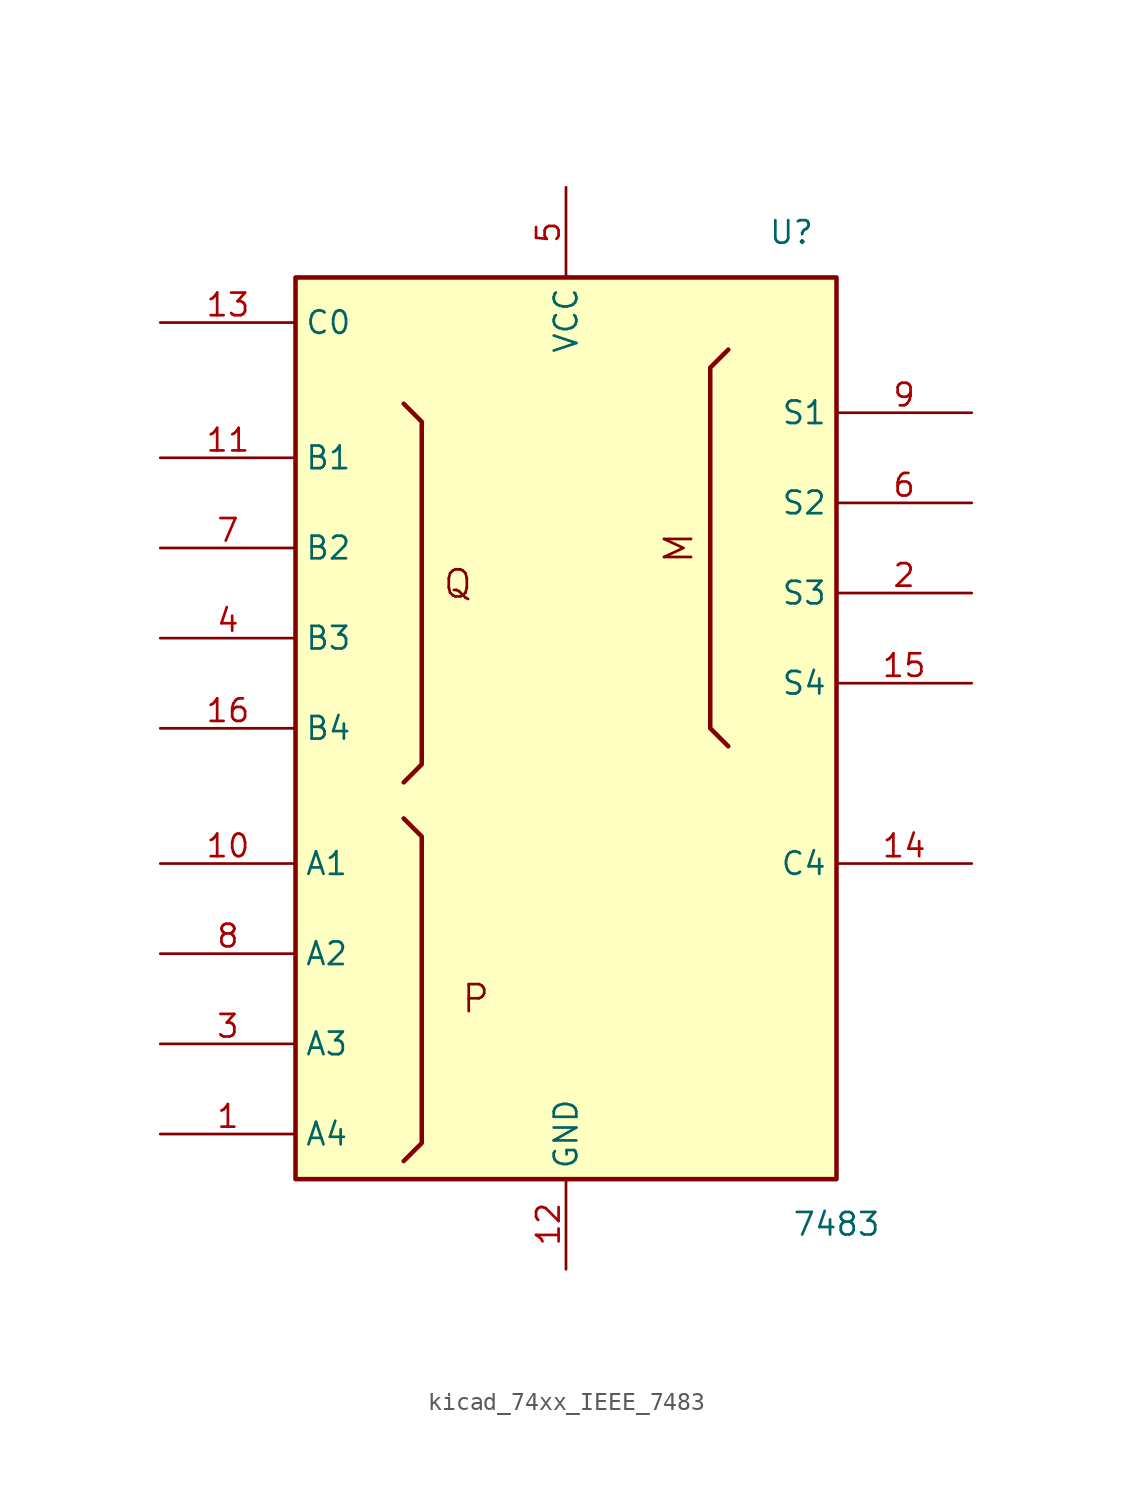
<source format=kicad_sym>
(kicad_symbol_lib
  (version 20220914)
  (generator kicad_symbol_editor)
  (symbol "kicad_74xx_IEEE_7483"
    (property "Reference" "U"
      (at 12.7 27.94 0)
      (effects (font (size 1.27 1.27))))
    (property "Value" "7483"
      (at 15.24 -27.94 0)
      (effects (font (size 1.27 1.27))))
    (symbol "kicad_74xx_IEEE_7483_0_0"
      (rectangle (start -15.24 25.4) (end 15.24 -25.4) (stroke (width 0.254) (type default)) (fill (type background)))
      (polyline (pts (xy -9.144 -24.384) (xy -8.128 -23.368) (xy -8.128 -6.096) (xy -9.144 -5.08) (xy -9.144 -5.08)) (stroke (width 0.254) (type default)) (fill (type background)))
      (polyline (pts (xy -9.144 18.288) (xy -8.128 17.272) (xy -8.128 -2.032) (xy -9.144 -3.048) (xy -9.144 -3.048)) (stroke (width 0.254) (type default)) (fill (type background)))
      (polyline (pts (xy 9.144 21.336) (xy 8.128 20.32) (xy 8.128 0) (xy 9.144 -1.016) (xy 9.144 -1.016)) (stroke (width 0.254) (type default)) (fill (type background)))
      (text "M" (at 6.35 10.16 900) (effects (font (size 1.524 1.524))))
      (text "P" (at -5.08 -15.24 0) (effects (font (size 1.524 1.524))))
      (text "Q" (at -6.096 8.128 0) (effects (font (size 1.524 1.524))))
      (pin power_in line (at 0 -30.48 90) (length 5.08) (name "GND" (effects (font (size 1.27 1.27)))) (number "12" (effects (font (size 1.27 1.27)))))
      (pin power_in line (at 0 30.48 270) (length 5.08) (name "VCC" (effects (font (size 1.27 1.27)))) (number "5" (effects (font (size 1.27 1.27))))))
    (symbol "kicad_74xx_IEEE_7483_1_1"
      (pin input line (at -22.86 -22.86 0) (length 7.62) (name "A4" (effects (font (size 1.27 1.27)))) (number "1" (effects (font (size 1.27 1.27)))))
      (pin input line (at -22.86 -7.62 0) (length 7.62) (name "A1" (effects (font (size 1.27 1.27)))) (number "10" (effects (font (size 1.27 1.27)))))
      (pin input line (at -22.86 15.24 0) (length 7.62) (name "B1" (effects (font (size 1.27 1.27)))) (number "11" (effects (font (size 1.27 1.27)))))
      (pin input line (at -22.86 22.86 0) (length 7.62) (name "C0" (effects (font (size 1.27 1.27)))) (number "13" (effects (font (size 1.27 1.27)))))
      (pin output line (at 22.86 -7.62 180) (length 7.62) (name "C4" (effects (font (size 1.27 1.27)))) (number "14" (effects (font (size 1.27 1.27)))))
      (pin output line (at 22.86 2.54 180) (length 7.62) (name "S4" (effects (font (size 1.27 1.27)))) (number "15" (effects (font (size 1.27 1.27)))))
      (pin input line (at -22.86 0 0) (length 7.62) (name "B4" (effects (font (size 1.27 1.27)))) (number "16" (effects (font (size 1.27 1.27)))))
      (pin output line (at 22.86 7.62 180) (length 7.62) (name "S3" (effects (font (size 1.27 1.27)))) (number "2" (effects (font (size 1.27 1.27)))))
      (pin input line (at -22.86 -17.78 0) (length 7.62) (name "A3" (effects (font (size 1.27 1.27)))) (number "3" (effects (font (size 1.27 1.27)))))
      (pin input line (at -22.86 5.08 0) (length 7.62) (name "B3" (effects (font (size 1.27 1.27)))) (number "4" (effects (font (size 1.27 1.27)))))
      (pin output line (at 22.86 12.7 180) (length 7.62) (name "S2" (effects (font (size 1.27 1.27)))) (number "6" (effects (font (size 1.27 1.27)))))
      (pin input line (at -22.86 10.16 0) (length 7.62) (name "B2" (effects (font (size 1.27 1.27)))) (number "7" (effects (font (size 1.27 1.27)))))
      (pin input line (at -22.86 -12.7 0) (length 7.62) (name "A2" (effects (font (size 1.27 1.27)))) (number "8" (effects (font (size 1.27 1.27)))))
      (pin output line (at 22.86 17.78 180) (length 7.62) (name "S1" (effects (font (size 1.27 1.27)))) (number "9" (effects (font (size 1.27 1.27))))))))
</source>
